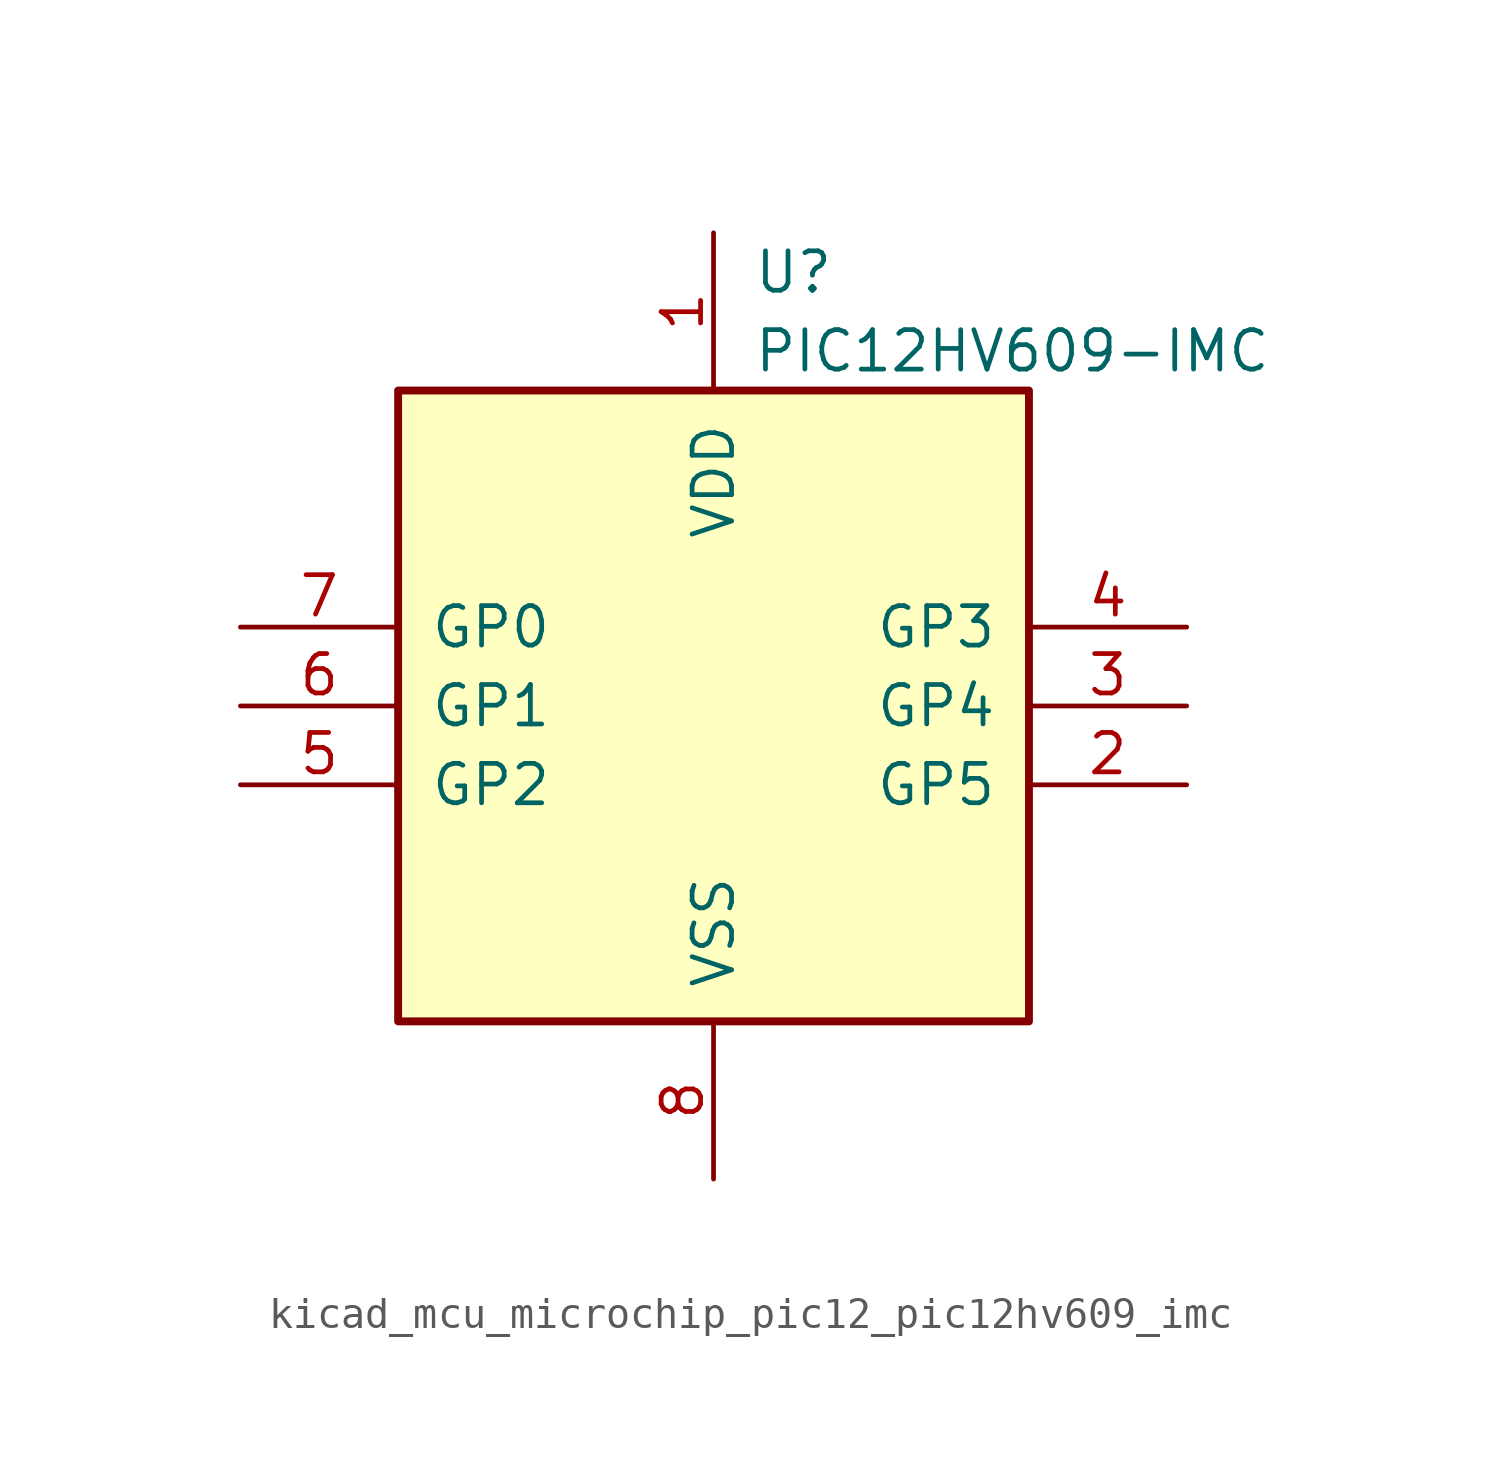
<source format=kicad_sym>
(kicad_symbol_lib
  (version 20220914)
  (generator kicad_symbol_editor)
  (symbol "kicad_mcu_microchip_pic12_pic12hv609_imc"
    (pin_names
      (offset 1.016))
    (property "Reference" "U"
      (at 1.27 13.97 0)
      (effects (font (size 1.27 1.27)) (justify left)))
    (property "Value" "PIC12HV609-IMC"
      (at 1.27 11.43 0)
      (effects (font (size 1.27 1.27)) (justify left)))
    (symbol "kicad_mcu_microchip_pic12_pic12hv609_imc_0_1"
      (rectangle (start 10.16 -10.16) (end -10.16 10.16) (stroke (width 0.254) (type default)) (fill (type background))))
    (symbol "kicad_mcu_microchip_pic12_pic12hv609_imc_1_1"
      (pin power_in line (at 0 15.24 270) (length 5.08) (name "VDD" (effects (font (size 1.27 1.27)))) (number "1" (effects (font (size 1.27 1.27)))))
      (pin bidirectional line (at 15.24 -2.54 180) (length 5.08) (name "GP5" (effects (font (size 1.27 1.27)))) (number "2" (effects (font (size 1.27 1.27)))))
      (pin bidirectional line (at 15.24 0 180) (length 5.08) (name "GP4" (effects (font (size 1.27 1.27)))) (number "3" (effects (font (size 1.27 1.27)))))
      (pin input line (at 15.24 2.54 180) (length 5.08) (name "GP3" (effects (font (size 1.27 1.27)))) (number "4" (effects (font (size 1.27 1.27)))))
      (pin bidirectional line (at -15.24 -2.54 0) (length 5.08) (name "GP2" (effects (font (size 1.27 1.27)))) (number "5" (effects (font (size 1.27 1.27)))))
      (pin bidirectional line (at -15.24 0 0) (length 5.08) (name "GP1" (effects (font (size 1.27 1.27)))) (number "6" (effects (font (size 1.27 1.27)))))
      (pin bidirectional line (at -15.24 2.54 0) (length 5.08) (name "GP0" (effects (font (size 1.27 1.27)))) (number "7" (effects (font (size 1.27 1.27)))))
      (pin power_in line (at 0 -15.24 90) (length 5.08) (name "VSS" (effects (font (size 1.27 1.27)))) (number "8" (effects (font (size 1.27 1.27))))))))
</source>
